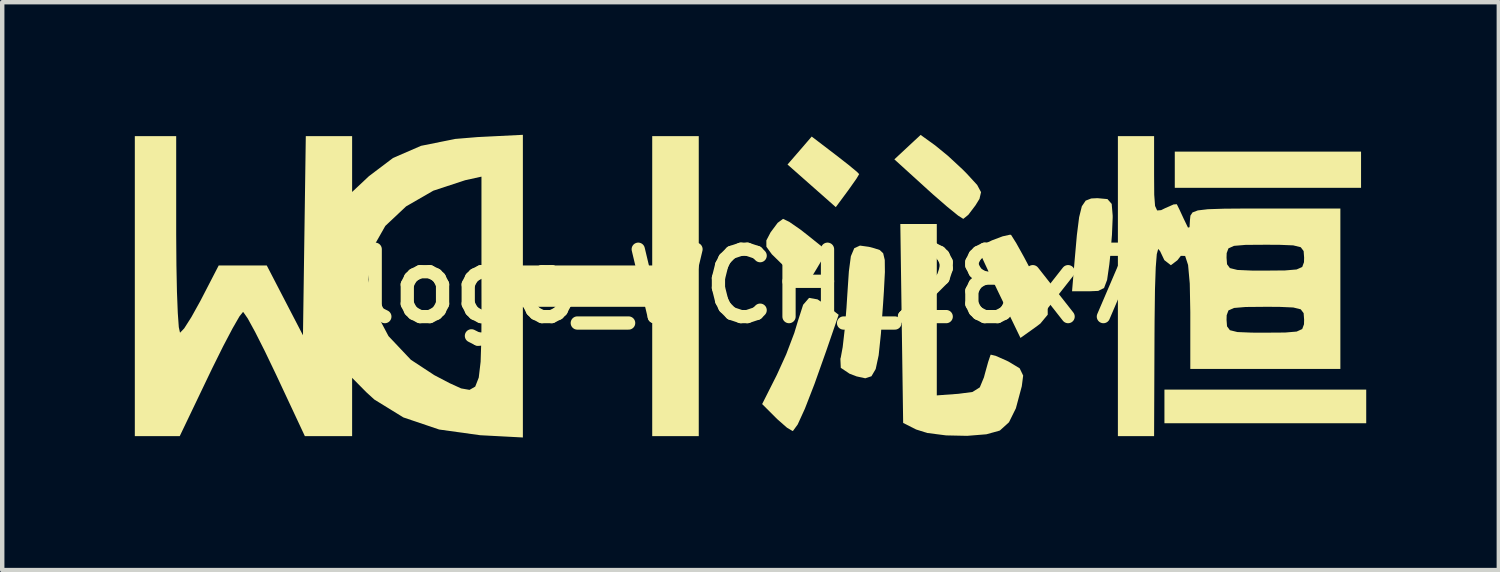
<source format=kicad_pcb>
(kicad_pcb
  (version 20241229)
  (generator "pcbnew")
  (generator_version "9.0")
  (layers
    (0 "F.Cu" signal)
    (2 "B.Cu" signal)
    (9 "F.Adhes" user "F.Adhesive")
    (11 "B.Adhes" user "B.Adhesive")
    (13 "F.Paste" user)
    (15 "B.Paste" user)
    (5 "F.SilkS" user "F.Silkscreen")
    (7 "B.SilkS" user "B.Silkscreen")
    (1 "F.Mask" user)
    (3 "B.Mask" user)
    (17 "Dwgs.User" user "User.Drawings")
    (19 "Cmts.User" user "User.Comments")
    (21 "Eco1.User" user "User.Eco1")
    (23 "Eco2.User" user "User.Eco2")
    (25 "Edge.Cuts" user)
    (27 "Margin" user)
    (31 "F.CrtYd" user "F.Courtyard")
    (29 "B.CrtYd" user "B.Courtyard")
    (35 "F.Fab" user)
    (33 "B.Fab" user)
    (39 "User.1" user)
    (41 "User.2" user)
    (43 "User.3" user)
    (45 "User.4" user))
  (footprint "logo_WCH_28x7"
    (layer "F.Cu")
    (at 13.929 3.423)
    (property "Reference" "logo_WCH_28x7" (at 0 0 0) (layer "F.SilkS") (effects (font (size 1.524 1.524) (thickness 0.3))))
    (attr board_only exclude_from_pos_files exclude_from_bom)
    (fp_poly (pts (xy 13.812 -2.224) (xy 9.598 -2.224) (xy 9.598 -3.043) (xy 13.812 -3.043)) (stroke (width 0) (type solid)) (fill yes) (layer "F.SilkS"))
    (fp_poly (pts (xy 13.929 3.102) (xy 9.364 3.102) (xy 9.364 2.721) (xy 9.364 2.341) (xy 13.929 2.341)) (stroke (width 0) (type solid)) (fill yes) (layer "F.SilkS"))
    (fp_poly (pts (xy 1.921 -2.974) (xy 2.21 -2.749) (xy 2.405 -2.588) (xy 2.458 -2.534) (xy 2.396 -2.43) (xy 2.241 -2.21) (xy 2.194 -2.145) (xy 1.929 -1.787) (xy 1.383 -2.269) (xy 0.837 -2.751) (xy 1.111 -3.067) (xy 1.384 -3.384)) (stroke (width 0) (type solid)) (fill yes) (layer "F.SilkS"))
    (fp_poly (pts (xy 4.177 -3.184) (xy 4.467 -2.947) (xy 4.797 -2.641) (xy 4.898 -2.539) (xy 5.128 -2.288) (xy 5.215 -2.126) (xy 5.18 -1.975) (xy 5.089 -1.827) (xy 4.927 -1.613) (xy 4.814 -1.522) (xy 4.812 -1.522) (xy 4.697 -1.595) (xy 4.454 -1.792) (xy 4.129 -2.074) (xy 3.995 -2.195) (xy 3.254 -2.868) (xy 3.848 -3.421)) (stroke (width 0) (type solid)) (fill yes) (layer "F.SilkS"))
    (fp_poly (pts (xy 0.877 -1.454) (xy 1.127 -1.281) (xy 1.284 -1.159) (xy 1.735 -0.797) (xy 1.5 -0.399) (xy 1.347 -0.148) (xy 1.256 -0.011) (xy 1.247 -0.003) (xy 1.16 -0.078) (xy 0.953 -0.268) (xy 0.749 -0.459) (xy 0.481 -0.722) (xy 0.359 -0.891) (xy 0.358 -1.034) (xy 0.453 -1.215) (xy 0.454 -1.217) (xy 0.614 -1.432) (xy 0.736 -1.522)) (stroke (width 0) (type solid)) (fill yes) (layer "F.SilkS"))
    (fp_poly (pts (xy 1.516 0.3) (xy 1.729 0.444) (xy 1.994 0.648) (xy 1.713 1.465) (xy 1.447 2.214) (xy 1.23 2.773) (xy 1.067 3.13) (xy 0.961 3.275) (xy 0.95 3.277) (xy 0.824 3.202) (xy 0.613 3.017) (xy 0.568 2.973) (xy 0.263 2.668) (xy 0.596 2.007) (xy 0.807 1.543) (xy 0.991 1.058) (xy 1.072 0.79) (xy 1.19 0.422) (xy 1.325 0.266)) (stroke (width 0) (type solid)) (fill yes) (layer "F.SilkS"))
    (fp_poly (pts (xy 8.075 -1.969) (xy 8.171 -1.86) (xy 8.193 -1.595) (xy 8.193 -1.551) (xy 8.177 -1.165) (xy 8.139 -0.697) (xy 8.118 -0.497) (xy 8.067 -0.141) (xy 7.998 0.042) (xy 7.866 0.108) (xy 7.659 0.117) (xy 7.274 0.117) (xy 7.33 -0.556) (xy 7.383 -1.155) (xy 7.434 -1.559) (xy 7.495 -1.806) (xy 7.582 -1.934) (xy 7.707 -1.983) (xy 7.848 -1.99)) (stroke (width 0) (type solid)) (fill yes) (layer "F.SilkS"))
    (fp_poly (pts (xy 5.896 -1.157) (xy 6.012 -0.972) (xy 6.19 -0.652) (xy 6.39 -0.273) (xy 6.572 0.089) (xy 6.695 0.358) (xy 6.722 0.428) (xy 6.724 0.645) (xy 6.557 0.847) (xy 6.452 0.926) (xy 6.107 1.172) (xy 5.629 0.183) (xy 5.421 -0.251) (xy 5.259 -0.6) (xy 5.165 -0.814) (xy 5.15 -0.857) (xy 5.245 -0.933) (xy 5.463 -1.036) (xy 5.705 -1.127) (xy 5.873 -1.164)) (stroke (width 0) (type solid)) (fill yes) (layer "F.SilkS"))
    (fp_poly (pts (xy 2.677 -0.889) (xy 2.796 -0.858) (xy 2.923 -0.817) (xy 3.001 -0.743) (xy 3.037 -0.592) (xy 3.04 -0.318) (xy 3.017 0.123) (xy 3 0.384) (xy 2.95 1.077) (xy 2.899 1.564) (xy 2.832 1.875) (xy 2.736 2.039) (xy 2.596 2.085) (xy 2.399 2.042) (xy 2.24 1.981) (xy 2.042 1.849) (xy 2.033 1.644) (xy 2.043 1.608) (xy 2.085 1.38) (xy 2.13 0.985) (xy 2.171 0.489) (xy 2.189 0.205) (xy 2.225 -0.334) (xy 2.27 -0.676) (xy 2.347 -0.858) (xy 2.476 -0.917)) (stroke (width 0) (type solid)) (fill yes) (layer "F.SilkS"))
    (fp_poly (pts (xy 4.214 2.472) (xy 4.704 2.436) (xy 5.022 2.394) (xy 5.187 2.29) (xy 5.281 2.063) (xy 5.3 1.99) (xy 5.377 1.713) (xy 5.429 1.559) (xy 5.434 1.55) (xy 5.546 1.577) (xy 5.785 1.682) (xy 5.84 1.709) (xy 6.089 1.859) (xy 6.168 2.023) (xy 6.137 2.265) (xy 6.003 2.765) (xy 5.847 3.08) (xy 5.646 3.262) (xy 5.632 3.27) (xy 5.335 3.352) (xy 4.901 3.387) (xy 4.425 3.377) (xy 3.997 3.322) (xy 3.746 3.243) (xy 3.453 3.095) (xy 3.421 0.845) (xy 3.389 -1.405) (xy 4.214 -1.405)) (stroke (width 0) (type solid)) (fill yes) (layer "F.SilkS"))
    (fp_poly (pts (xy -5.15 -0.468) (xy -2.224 -0.468) (xy -2.224 -3.394) (xy -1.171 -3.394) (xy -1.171 3.394) (xy -2.224 3.394) (xy -2.224 0.468) (xy -5.15 0.468) (xy -5.15 3.424) (xy -6.116 3.373) (xy -7.044 3.244) (xy -7.854 2.97) (xy -8.51 2.566) (xy -8.691 2.401) (xy -9.013 2.075) (xy -9.013 3.394) (xy -10.082 3.394) (xy -10.739 1.99) (xy -10.988 1.471) (xy -11.207 1.038) (xy -11.375 0.731) (xy -11.473 0.59) (xy -11.482 0.585) (xy -11.562 0.685) (xy -11.719 0.958) (xy -11.933 1.365) (xy -12.182 1.867) (xy -12.241 1.99) (xy -12.913 3.394) (xy -13.929 3.394) (xy -13.929 -3.394) (xy -12.993 -3.394) (xy -12.993 -1.171) (xy -12.988 -0.478) (xy -12.976 0.126) (xy -12.957 0.607) (xy -12.934 0.928) (xy -12.907 1.053) (xy -12.905 1.053) (xy -12.812 0.956) (xy -12.65 0.702) (xy -12.45 0.342) (xy -12.424 0.292) (xy -12.031 -0.468) (xy -10.944 -0.467) (xy -10.535 0.322) (xy -10.125 1.112) (xy -10.107 -0.147) (xy -8.645 -0.147) (xy -8.516 0.515) (xy -8.19 1.131) (xy -7.684 1.666) (xy -7.154 2.014) (xy -6.808 2.195) (xy -6.547 2.314) (xy -6.357 2.347) (xy -6.228 2.273) (xy -6.148 2.068) (xy -6.106 1.711) (xy -6.089 1.177) (xy -6.086 0.445) (xy -6.087 -0.068) (xy -6.087 -2.477) (xy -6.455 -2.396) (xy -7.176 -2.159) (xy -7.792 -1.804) (xy -8.262 -1.362) (xy -8.545 -0.863) (xy -8.558 -0.82) (xy -8.645 -0.147) (xy -10.107 -0.147) (xy -10.061 -3.394) (xy -9.013 -3.394) (xy -9.013 -2.13) (xy -8.632 -2.488) (xy -8.088 -2.899) (xy -7.454 -3.174) (xy -6.681 -3.33) (xy -6.174 -3.372) (xy -5.15 -3.423)) (stroke (width 0) (type solid)) (fill yes) (layer "F.SilkS"))
    (fp_poly (pts (xy 9.13 -2.512) (xy 9.133 -2.067) (xy 9.152 -1.814) (xy 9.199 -1.712) (xy 9.289 -1.719) (xy 9.374 -1.761) (xy 9.571 -1.848) (xy 9.644 -1.853) (xy 9.705 -1.729) (xy 9.801 -1.522) (xy 9.897 -1.324) (xy 9.932 -1.333) (xy 9.941 -1.492) (xy 9.952 -1.595) (xy 9.999 -1.667) (xy 10.119 -1.713) (xy 10.347 -1.74) (xy 10.719 -1.752) (xy 11.271 -1.756) (xy 11.647 -1.756) (xy 13.344 -1.756) (xy 13.344 1.873) (xy 9.949 1.873) (xy 9.949 0.761) (xy 10.769 0.761) (xy 10.78 0.91) (xy 10.845 0.997) (xy 11.015 1.039) (xy 11.338 1.052) (xy 11.647 1.053) (xy 12.093 1.05) (xy 12.355 1.028) (xy 12.481 0.971) (xy 12.521 0.864) (xy 12.524 0.761) (xy 12.513 0.612) (xy 12.448 0.525) (xy 12.278 0.483) (xy 11.955 0.469) (xy 11.647 0.468) (xy 11.2 0.472) (xy 10.938 0.494) (xy 10.812 0.55) (xy 10.772 0.658) (xy 10.769 0.761) (xy 9.949 0.761) (xy 9.949 0.585) (xy 9.937 -0.058) (xy 9.899 -0.478) (xy 9.845 -0.644) (xy 10.769 -0.644) (xy 10.78 -0.495) (xy 10.845 -0.408) (xy 11.015 -0.366) (xy 11.338 -0.352) (xy 11.647 -0.351) (xy 12.093 -0.355) (xy 12.355 -0.377) (xy 12.481 -0.433) (xy 12.521 -0.541) (xy 12.524 -0.644) (xy 12.513 -0.793) (xy 12.448 -0.88) (xy 12.278 -0.922) (xy 11.955 -0.935) (xy 11.647 -0.936) (xy 11.2 -0.933) (xy 10.938 -0.911) (xy 10.812 -0.854) (xy 10.772 -0.747) (xy 10.769 -0.644) (xy 9.845 -0.644) (xy 9.832 -0.683) (xy 9.735 -0.685) (xy 9.657 -0.585) (xy 9.51 -0.473) (xy 9.362 -0.588) (xy 9.266 -0.79) (xy 9.223 -0.842) (xy 9.191 -0.724) (xy 9.167 -0.423) (xy 9.15 0.076) (xy 9.141 0.789) (xy 9.139 1.141) (xy 9.13 3.394) (xy 8.311 3.394) (xy 8.311 -3.394) (xy 9.13 -3.394)) (stroke (width 0) (type solid)) (fill yes) (layer "F.SilkS")))
  (gr_rect
    (start -3 -3)
    (end 30.858 9.847)
    (stroke (width 0.1) (type default))
    (fill no)
    (layer "Edge.Cuts")))
</source>
